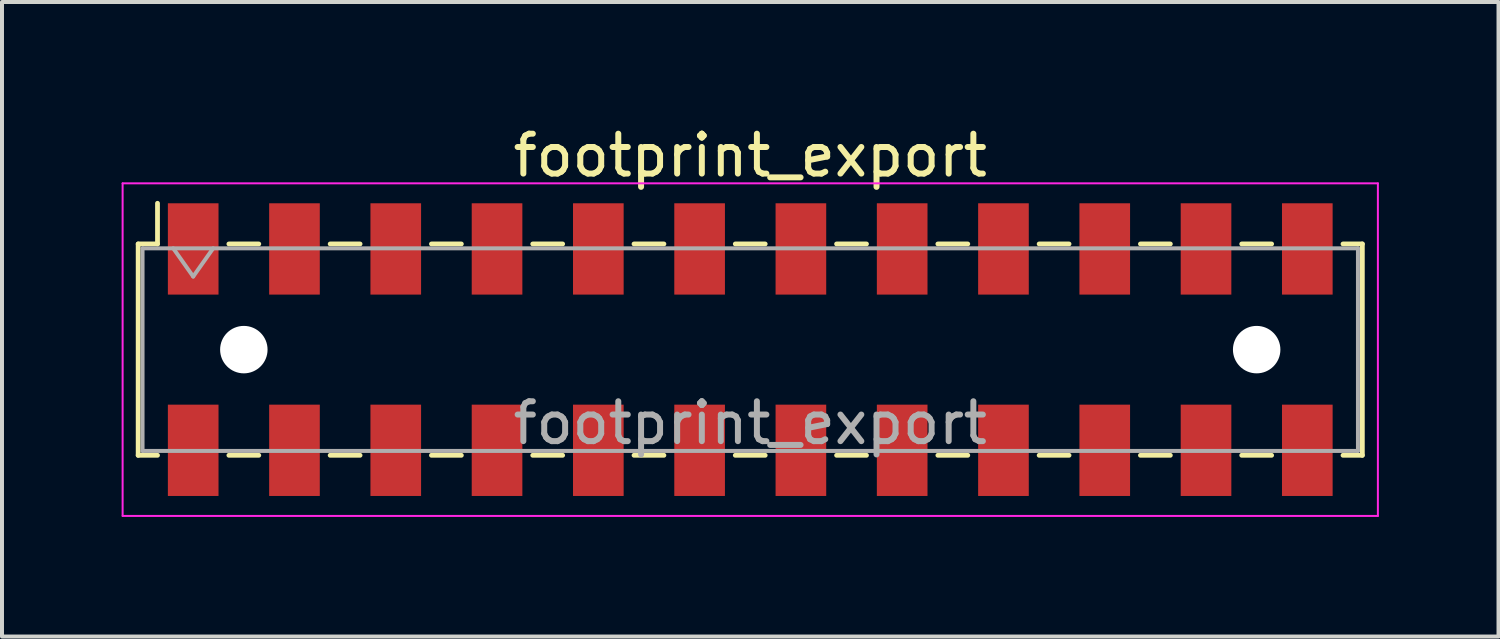
<source format=kicad_pcb>
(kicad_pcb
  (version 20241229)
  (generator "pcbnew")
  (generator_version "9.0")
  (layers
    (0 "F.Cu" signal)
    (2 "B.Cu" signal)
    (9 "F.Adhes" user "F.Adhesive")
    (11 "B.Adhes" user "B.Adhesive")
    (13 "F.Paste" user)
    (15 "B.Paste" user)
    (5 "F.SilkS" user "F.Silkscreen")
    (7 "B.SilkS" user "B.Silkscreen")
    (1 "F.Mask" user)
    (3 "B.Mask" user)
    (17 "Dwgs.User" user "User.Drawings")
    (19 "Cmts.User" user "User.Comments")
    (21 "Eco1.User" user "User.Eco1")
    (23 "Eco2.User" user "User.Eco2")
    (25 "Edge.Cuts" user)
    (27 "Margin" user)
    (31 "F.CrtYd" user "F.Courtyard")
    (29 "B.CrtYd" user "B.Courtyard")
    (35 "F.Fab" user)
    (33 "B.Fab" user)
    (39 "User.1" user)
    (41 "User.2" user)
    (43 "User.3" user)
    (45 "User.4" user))
  (footprint "footprint_export"
    (layer "F.Cu")
    (at 15.765 5.718)
    (property "Reference" "footprint_export" (at 0 -4.87 0) (layer "F.SilkS") (effects (font (size 1 1) (thickness 0.15))))
    (attr smd)
    (fp_line (start -15.35 -2.65) (end -15.35 2.65) (stroke (width 0.12) (type solid)) (layer "F.SilkS"))
    (fp_line (start -15.35 2.65) (end -14.865 2.65) (stroke (width 0.12) (type solid)) (layer "F.SilkS"))
    (fp_line (start -14.865 -3.67) (end -14.865 -2.65) (stroke (width 0.12) (type solid)) (layer "F.SilkS"))
    (fp_line (start -14.865 -2.65) (end -15.35 -2.65) (stroke (width 0.12) (type solid)) (layer "F.SilkS"))
    (fp_line (start -13.075 -2.65) (end -12.325 -2.65) (stroke (width 0.12) (type solid)) (layer "F.SilkS"))
    (fp_line (start -13.075 2.65) (end -12.325 2.65) (stroke (width 0.12) (type solid)) (layer "F.SilkS"))
    (fp_line (start -10.535 -2.65) (end -9.785 -2.65) (stroke (width 0.12) (type solid)) (layer "F.SilkS"))
    (fp_line (start -10.535 2.65) (end -9.785 2.65) (stroke (width 0.12) (type solid)) (layer "F.SilkS"))
    (fp_line (start -7.995 -2.65) (end -7.245 -2.65) (stroke (width 0.12) (type solid)) (layer "F.SilkS"))
    (fp_line (start -7.995 2.65) (end -7.245 2.65) (stroke (width 0.12) (type solid)) (layer "F.SilkS"))
    (fp_line (start -5.455 -2.65) (end -4.705 -2.65) (stroke (width 0.12) (type solid)) (layer "F.SilkS"))
    (fp_line (start -5.455 2.65) (end -4.705 2.65) (stroke (width 0.12) (type solid)) (layer "F.SilkS"))
    (fp_line (start -2.915 -2.65) (end -2.165 -2.65) (stroke (width 0.12) (type solid)) (layer "F.SilkS"))
    (fp_line (start -2.915 2.65) (end -2.165 2.65) (stroke (width 0.12) (type solid)) (layer "F.SilkS"))
    (fp_line (start -0.375 -2.65) (end 0.375 -2.65) (stroke (width 0.12) (type solid)) (layer "F.SilkS"))
    (fp_line (start -0.375 2.65) (end 0.375 2.65) (stroke (width 0.12) (type solid)) (layer "F.SilkS"))
    (fp_line (start 2.165 -2.65) (end 2.915 -2.65) (stroke (width 0.12) (type solid)) (layer "F.SilkS"))
    (fp_line (start 2.165 2.65) (end 2.915 2.65) (stroke (width 0.12) (type solid)) (layer "F.SilkS"))
    (fp_line (start 4.705 -2.65) (end 5.455 -2.65) (stroke (width 0.12) (type solid)) (layer "F.SilkS"))
    (fp_line (start 4.705 2.65) (end 5.455 2.65) (stroke (width 0.12) (type solid)) (layer "F.SilkS"))
    (fp_line (start 7.245 -2.65) (end 7.995 -2.65) (stroke (width 0.12) (type solid)) (layer "F.SilkS"))
    (fp_line (start 7.245 2.65) (end 7.995 2.65) (stroke (width 0.12) (type solid)) (layer "F.SilkS"))
    (fp_line (start 9.785 -2.65) (end 10.535 -2.65) (stroke (width 0.12) (type solid)) (layer "F.SilkS"))
    (fp_line (start 9.785 2.65) (end 10.535 2.65) (stroke (width 0.12) (type solid)) (layer "F.SilkS"))
    (fp_line (start 12.325 -2.65) (end 13.075 -2.65) (stroke (width 0.12) (type solid)) (layer "F.SilkS"))
    (fp_line (start 12.325 2.65) (end 13.075 2.65) (stroke (width 0.12) (type solid)) (layer "F.SilkS"))
    (fp_line (start 14.865 -2.65) (end 15.35 -2.65) (stroke (width 0.12) (type solid)) (layer "F.SilkS"))
    (fp_line (start 15.35 -2.65) (end 15.35 2.65) (stroke (width 0.12) (type solid)) (layer "F.SilkS"))
    (fp_line (start 15.35 2.65) (end 14.865 2.65) (stroke (width 0.12) (type solid)) (layer "F.SilkS"))
    (fp_line (start -15.74 -4.17) (end 15.74 -4.17) (stroke (width 0.05) (type solid)) (layer "F.CrtYd"))
    (fp_line (start -15.74 4.17) (end -15.74 -4.17) (stroke (width 0.05) (type solid)) (layer "F.CrtYd"))
    (fp_line (start 15.74 -4.17) (end 15.74 4.17) (stroke (width 0.05) (type solid)) (layer "F.CrtYd"))
    (fp_line (start 15.74 4.17) (end -15.74 4.17) (stroke (width 0.05) (type solid)) (layer "F.CrtYd"))
    (fp_line (start -15.24 -2.54) (end 15.24 -2.54) (stroke (width 0.1) (type solid)) (layer "F.Fab"))
    (fp_line (start -15.24 2.54) (end -15.24 -2.54) (stroke (width 0.1) (type solid)) (layer "F.Fab"))
    (fp_line (start -14.47 -2.54) (end -13.97 -1.833) (stroke (width 0.1) (type solid)) (layer "F.Fab"))
    (fp_line (start -13.97 -1.833) (end -13.47 -2.54) (stroke (width 0.1) (type solid)) (layer "F.Fab"))
    (fp_line (start 15.24 -2.54) (end 15.24 2.54) (stroke (width 0.1) (type solid)) (layer "F.Fab"))
    (fp_line (start 15.24 2.54) (end -15.24 2.54) (stroke (width 0.1) (type solid)) (layer "F.Fab"))
    (fp_text user "${REFERENCE}" (at 0 1.84 0) (layer "F.Fab") (effects (font (size 1 1) (thickness 0.15))))
    (pad "" np_thru_hole circle (at -12.7 0) (size 1.19 1.19) (drill 1.19) (layers "*.Cu" "*.Mask"))
    (pad "" np_thru_hole circle (at 12.7 0) (size 1.19 1.19) (drill 1.19) (layers "*.Cu" "*.Mask"))
    (pad "1" smd rect (at -13.97 -2.525) (size 1.27 2.29) (layers "F.Cu" "F.Mask" "F.Paste"))
    (pad "2" smd rect (at -13.97 2.525) (size 1.27 2.29) (layers "F.Cu" "F.Mask" "F.Paste"))
    (pad "3" smd rect (at -11.43 -2.525) (size 1.27 2.29) (layers "F.Cu" "F.Mask" "F.Paste"))
    (pad "4" smd rect (at -11.43 2.525) (size 1.27 2.29) (layers "F.Cu" "F.Mask" "F.Paste"))
    (pad "5" smd rect (at -8.89 -2.525) (size 1.27 2.29) (layers "F.Cu" "F.Mask" "F.Paste"))
    (pad "6" smd rect (at -8.89 2.525) (size 1.27 2.29) (layers "F.Cu" "F.Mask" "F.Paste"))
    (pad "7" smd rect (at -6.35 -2.525) (size 1.27 2.29) (layers "F.Cu" "F.Mask" "F.Paste"))
    (pad "8" smd rect (at -6.35 2.525) (size 1.27 2.29) (layers "F.Cu" "F.Mask" "F.Paste"))
    (pad "9" smd rect (at -3.81 -2.525) (size 1.27 2.29) (layers "F.Cu" "F.Mask" "F.Paste"))
    (pad "10" smd rect (at -3.81 2.525) (size 1.27 2.29) (layers "F.Cu" "F.Mask" "F.Paste"))
    (pad "11" smd rect (at -1.27 -2.525) (size 1.27 2.29) (layers "F.Cu" "F.Mask" "F.Paste"))
    (pad "12" smd rect (at -1.27 2.525) (size 1.27 2.29) (layers "F.Cu" "F.Mask" "F.Paste"))
    (pad "13" smd rect (at 1.27 -2.525) (size 1.27 2.29) (layers "F.Cu" "F.Mask" "F.Paste"))
    (pad "14" smd rect (at 1.27 2.525) (size 1.27 2.29) (layers "F.Cu" "F.Mask" "F.Paste"))
    (pad "15" smd rect (at 3.81 -2.525) (size 1.27 2.29) (layers "F.Cu" "F.Mask" "F.Paste"))
    (pad "16" smd rect (at 3.81 2.525) (size 1.27 2.29) (layers "F.Cu" "F.Mask" "F.Paste"))
    (pad "17" smd rect (at 6.35 -2.525) (size 1.27 2.29) (layers "F.Cu" "F.Mask" "F.Paste"))
    (pad "18" smd rect (at 6.35 2.525) (size 1.27 2.29) (layers "F.Cu" "F.Mask" "F.Paste"))
    (pad "19" smd rect (at 8.89 -2.525) (size 1.27 2.29) (layers "F.Cu" "F.Mask" "F.Paste"))
    (pad "20" smd rect (at 8.89 2.525) (size 1.27 2.29) (layers "F.Cu" "F.Mask" "F.Paste"))
    (pad "21" smd rect (at 11.43 -2.525) (size 1.27 2.29) (layers "F.Cu" "F.Mask" "F.Paste"))
    (pad "22" smd rect (at 11.43 2.525) (size 1.27 2.29) (layers "F.Cu" "F.Mask" "F.Paste"))
    (pad "23" smd rect (at 13.97 -2.525) (size 1.27 2.29) (layers "F.Cu" "F.Mask" "F.Paste"))
    (pad "24" smd rect (at 13.97 2.525) (size 1.27 2.29) (layers "F.Cu" "F.Mask" "F.Paste")))
  (gr_rect
    (start -3 -3)
    (end 34.53 12.913)
    (stroke (width 0.1) (type default))
    (fill no)
    (layer "Edge.Cuts")))
</source>
